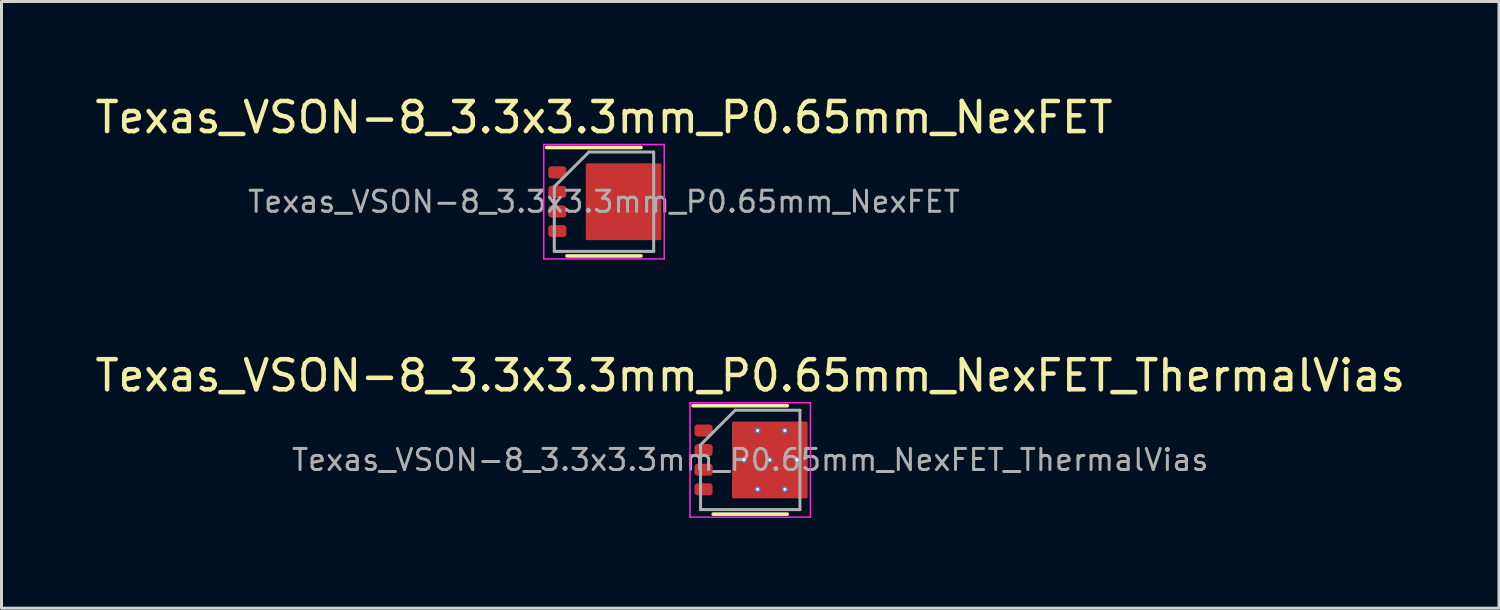
<source format=kicad_pcb>
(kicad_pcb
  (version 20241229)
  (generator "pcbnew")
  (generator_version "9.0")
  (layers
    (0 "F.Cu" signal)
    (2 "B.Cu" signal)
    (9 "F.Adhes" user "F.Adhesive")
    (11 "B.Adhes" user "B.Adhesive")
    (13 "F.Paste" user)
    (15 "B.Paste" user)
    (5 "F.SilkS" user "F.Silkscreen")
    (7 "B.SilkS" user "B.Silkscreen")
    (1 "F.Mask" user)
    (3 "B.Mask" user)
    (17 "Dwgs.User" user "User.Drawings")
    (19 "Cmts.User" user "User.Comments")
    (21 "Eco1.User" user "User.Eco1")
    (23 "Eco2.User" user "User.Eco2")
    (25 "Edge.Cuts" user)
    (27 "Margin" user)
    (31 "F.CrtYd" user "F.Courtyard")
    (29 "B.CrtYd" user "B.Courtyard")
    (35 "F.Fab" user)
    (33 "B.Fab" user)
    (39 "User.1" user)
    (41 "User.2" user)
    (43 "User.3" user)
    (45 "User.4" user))
  (footprint "Texas_VSON-8_3.3x3.3mm_P0.65mm_NexFET"
    (layer "F.Cu")
    (at 17.006 3.648)
    (property "Reference" "Texas_VSON-8_3.3x3.3mm_P0.65mm_NexFET" (at 0 -2.8 0) (layer "F.SilkS") (effects (font (size 1 1) (thickness 0.15))))
    (attr smd)
    (fp_line (start -1.9 -1.8) (end 1.23 -1.8) (stroke (width 0.12) (type solid)) (layer "F.SilkS"))
    (fp_line (start -1.23 1.8) (end 1.23 1.8) (stroke (width 0.12) (type solid)) (layer "F.SilkS"))
    (fp_line (start -2 -1.9) (end -2 1.9) (stroke (width 0.05) (type solid)) (layer "F.CrtYd"))
    (fp_line (start -2 -1.9) (end 2 -1.9) (stroke (width 0.05) (type solid)) (layer "F.CrtYd"))
    (fp_line (start -2 1.9) (end 2 1.9) (stroke (width 0.05) (type solid)) (layer "F.CrtYd"))
    (fp_line (start 2 -1.9) (end 2 1.9) (stroke (width 0.05) (type solid)) (layer "F.CrtYd"))
    (fp_line (start -1.65 -0.5) (end -0.5 -1.65) (stroke (width 0.1) (type solid)) (layer "F.Fab"))
    (fp_line (start -1.65 1.65) (end -1.65 -0.5) (stroke (width 0.1) (type solid)) (layer "F.Fab"))
    (fp_line (start -0.5 -1.65) (end 1.65 -1.65) (stroke (width 0.1) (type solid)) (layer "F.Fab"))
    (fp_line (start 1.65 -1.65) (end 1.65 1.65) (stroke (width 0.1) (type solid)) (layer "F.Fab"))
    (fp_line (start 1.65 1.65) (end -1.65 1.65) (stroke (width 0.1) (type solid)) (layer "F.Fab"))
    (fp_text user "${REFERENCE}" (at 0 0 0) (layer "F.Fab") (effects (font (size 0.7 0.7) (thickness 0.1))))
    (pad "" smd roundrect (at -0.208 -0.662) (size 0.705 1.125) (layers "F.Paste") (roundrect_rratio 0.071))
    (pad "" smd roundrect (at -0.208 0.663) (size 0.705 1.125) (layers "F.Paste") (roundrect_rratio 0.071))
    (pad "" smd roundrect (at 0.328 0) (size 1.775 2.45) (layers "F.Mask") (roundrect_rratio 0.02))
    (pad "" smd roundrect (at 0.697 -0.662) (size 0.705 1.125) (layers "F.Paste") (roundrect_rratio 0.071))
    (pad "" smd roundrect (at 0.697 0.663) (size 0.705 1.125) (layers "F.Paste") (roundrect_rratio 0.071))
    (pad "" smd roundrect (at 1.51 -0.975) (size 0.675 0.3) (layers "F.Mask") (roundrect_rratio 0.25))
    (pad "" smd roundrect (at 1.51 -0.975) (size 0.675 0.3) (layers "F.Paste") (roundrect_rratio 0.25))
    (pad "" smd roundrect (at 1.51 -0.325) (size 0.675 0.3) (layers "F.Mask") (roundrect_rratio 0.25))
    (pad "" smd roundrect (at 1.51 -0.325) (size 0.675 0.3) (layers "F.Paste") (roundrect_rratio 0.25))
    (pad "" smd roundrect (at 1.51 0.325) (size 0.675 0.3) (layers "F.Mask") (roundrect_rratio 0.25))
    (pad "" smd roundrect (at 1.51 0.325) (size 0.675 0.3) (layers "F.Paste") (roundrect_rratio 0.25))
    (pad "" smd roundrect (at 1.51 0.975) (size 0.675 0.3) (layers "F.Mask") (roundrect_rratio 0.25))
    (pad "" smd roundrect (at 1.51 0.975) (size 0.675 0.3) (layers "F.Paste") (roundrect_rratio 0.25))
    (pad "1" smd roundrect (at -1.55 -0.975) (size 0.6 0.4) (layers "F.Cu" "F.Mask" "F.Paste") (roundrect_rratio 0.25))
    (pad "2" smd roundrect (at -1.55 -0.325 180) (size 0.6 0.4) (layers "F.Cu" "F.Mask" "F.Paste") (roundrect_rratio 0.25))
    (pad "3" smd roundrect (at -1.55 0.325) (size 0.6 0.4) (layers "F.Cu" "F.Mask" "F.Paste") (roundrect_rratio 0.25))
    (pad "4" smd roundrect (at -1.55 0.975) (size 0.6 0.4) (layers "F.Cu" "F.Mask" "F.Paste") (roundrect_rratio 0.25))
    (pad "5" smd roundrect (at 0.65 0 180) (size 2.51 2.55) (layers "F.Cu") (roundrect_rratio 0.02)))
  (footprint "Texas_VSON-8_3.3x3.3mm_P0.65mm_NexFET_ThermalVias"
    (layer "F.Cu")
    (at 21.863 12.222)
    (property "Reference" "Texas_VSON-8_3.3x3.3mm_P0.65mm_NexFET_ThermalVias" (at 0 -2.8 0) (layer "F.SilkS") (effects (font (size 1 1) (thickness 0.15))))
    (attr smd)
    (fp_line (start -1.9 -1.8) (end 1.23 -1.8) (stroke (width 0.12) (type solid)) (layer "F.SilkS"))
    (fp_line (start -1.23 1.8) (end 1.23 1.8) (stroke (width 0.12) (type solid)) (layer "F.SilkS"))
    (fp_line (start -2 -1.9) (end -2 1.9) (stroke (width 0.05) (type solid)) (layer "F.CrtYd"))
    (fp_line (start -2 -1.9) (end 2 -1.9) (stroke (width 0.05) (type solid)) (layer "F.CrtYd"))
    (fp_line (start -2 1.9) (end 2 1.9) (stroke (width 0.05) (type solid)) (layer "F.CrtYd"))
    (fp_line (start 2 -1.9) (end 2 1.9) (stroke (width 0.05) (type solid)) (layer "F.CrtYd"))
    (fp_line (start -1.65 -0.5) (end -0.5 -1.65) (stroke (width 0.1) (type solid)) (layer "F.Fab"))
    (fp_line (start -1.65 1.65) (end -1.65 -0.5) (stroke (width 0.1) (type solid)) (layer "F.Fab"))
    (fp_line (start -0.5 -1.65) (end 1.65 -1.65) (stroke (width 0.1) (type solid)) (layer "F.Fab"))
    (fp_line (start 1.65 -1.65) (end 1.65 1.65) (stroke (width 0.1) (type solid)) (layer "F.Fab"))
    (fp_line (start 1.65 1.65) (end -1.65 1.65) (stroke (width 0.1) (type solid)) (layer "F.Fab"))
    (fp_text user "${REFERENCE}" (at 0 0 0) (layer "F.Fab") (effects (font (size 0.7 0.7) (thickness 0.1))))
    (pad "" smd roundrect (at -0.208 -0.662) (size 0.705 1.125) (layers "F.Paste") (roundrect_rratio 0.071))
    (pad "" smd roundrect (at -0.208 0.663) (size 0.705 1.125) (layers "F.Paste") (roundrect_rratio 0.071))
    (pad "" smd roundrect (at 0.328 0) (size 1.775 2.45) (layers "F.Mask") (roundrect_rratio 0.02))
    (pad "" smd roundrect (at 0.697 -0.662) (size 0.705 1.125) (layers "F.Paste") (roundrect_rratio 0.071))
    (pad "" smd roundrect (at 0.697 0.663) (size 0.705 1.125) (layers "F.Paste") (roundrect_rratio 0.071))
    (pad "" smd roundrect (at 1.51 -0.975) (size 0.675 0.3) (layers "F.Mask") (roundrect_rratio 0.25))
    (pad "" smd roundrect (at 1.51 -0.325) (size 0.675 0.3) (layers "F.Mask") (roundrect_rratio 0.25))
    (pad "" smd roundrect (at 1.51 0.325) (size 0.675 0.3) (layers "F.Mask") (roundrect_rratio 0.25))
    (pad "" smd roundrect (at 1.51 0.975) (size 0.675 0.3) (layers "F.Mask") (roundrect_rratio 0.25))
    (pad "" smd roundrect (at 1.55 -0.975) (size 0.6 0.3) (layers "F.Paste") (roundrect_rratio 0.25))
    (pad "" smd roundrect (at 1.55 -0.325) (size 0.6 0.3) (layers "F.Paste") (roundrect_rratio 0.25))
    (pad "" smd roundrect (at 1.55 0.325) (size 0.6 0.3) (layers "F.Paste") (roundrect_rratio 0.25))
    (pad "" smd roundrect (at 1.55 0.975) (size 0.6 0.3) (layers "F.Paste") (roundrect_rratio 0.25))
    (pad "1" smd roundrect (at -1.55 -0.975) (size 0.6 0.4) (layers "F.Cu" "F.Mask" "F.Paste") (roundrect_rratio 0.25))
    (pad "2" smd roundrect (at -1.55 -0.325 180) (size 0.6 0.4) (layers "F.Cu" "F.Mask" "F.Paste") (roundrect_rratio 0.25))
    (pad "3" smd roundrect (at -1.55 0.325) (size 0.6 0.4) (layers "F.Cu" "F.Mask" "F.Paste") (roundrect_rratio 0.25))
    (pad "4" smd roundrect (at -1.55 0.975) (size 0.6 0.4) (layers "F.Cu" "F.Mask" "F.Paste") (roundrect_rratio 0.25))
    (pad "5" thru_hole circle (at -0.207 0) (size 0.2 0.2) (drill 0.1) (layers "*.Cu" "*.Mask"))
    (pad "5" thru_hole circle (at 0.245 -0.975) (size 0.2 0.2) (drill 0.1) (layers "*.Cu" "*.Mask"))
    (pad "5" thru_hole circle (at 0.245 0.975) (size 0.2 0.2) (drill 0.1) (layers "*.Cu" "*.Mask"))
    (pad "5" thru_hole circle (at 0.65 0) (size 0.2 0.2) (drill 0.1) (layers "*.Cu" "*.Mask"))
    (pad "5" smd roundrect (at 0.65 0 180) (size 2.51 2.55) (layers "F.Cu") (roundrect_rratio 0.02))
    (pad "5" thru_hole circle (at 1.15 -0.975) (size 0.2 0.2) (drill 0.1) (layers "*.Cu" "*.Mask"))
    (pad "5" thru_hole circle (at 1.15 0.975) (size 0.2 0.2) (drill 0.1) (layers "*.Cu" "*.Mask"))
    (pad "5" thru_hole circle (at 1.555 0) (size 0.2 0.2) (drill 0.1) (layers "*.Cu" "*.Mask")))
  (gr_rect
    (start -3 -3)
    (end 46.726 17.146)
    (stroke (width 0.1) (type default))
    (fill no)
    (layer "Edge.Cuts")))
</source>
